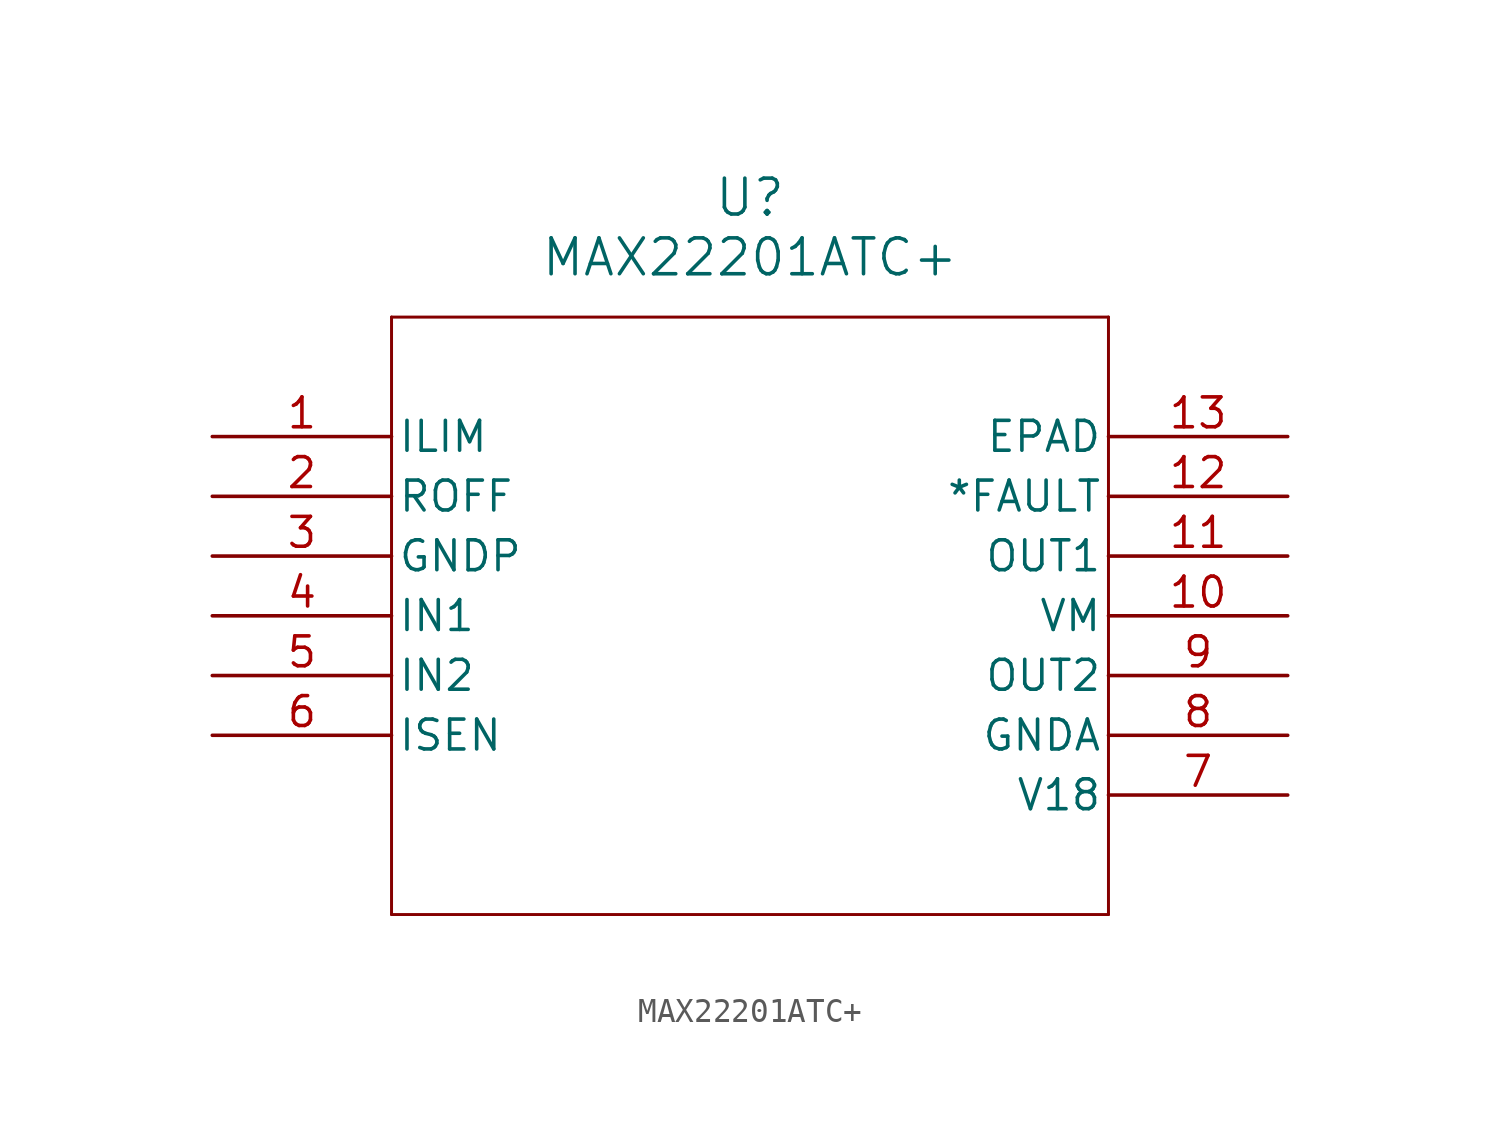
<source format=kicad_sym>
(kicad_symbol_lib
  (version 20211014)
  (generator kicad_symbol_editor)
  (symbol "MAX22201ATC+"
    (pin_names
      (offset 0.254))
    (property "Reference" "U"
      (at 22.86 10.16 0)
      (effects (font (size 1.524 1.524))))
    (property "Value" "MAX22201ATC+"
      (at 22.86 7.62 0)
      (effects (font (size 1.524 1.524))))
    (symbol "MAX22201ATC+_0_1"
      (polyline (pts (xy 7.62 5.08) (xy 7.62 -20.32)) (stroke (width 0.127) (type default) (color 0 0 0 0)) (fill (type none)))
      (polyline (pts (xy 7.62 -20.32) (xy 38.1 -20.32)) (stroke (width 0.127) (type default) (color 0 0 0 0)) (fill (type none)))
      (polyline (pts (xy 38.1 -20.32) (xy 38.1 5.08)) (stroke (width 0.127) (type default) (color 0 0 0 0)) (fill (type none)))
      (polyline (pts (xy 38.1 5.08) (xy 7.62 5.08)) (stroke (width 0.127) (type default) (color 0 0 0 0)) (fill (type none)))
      (pin input line (at 0 0 0) (length 7.62) (name "ILIM" (effects (font (size 1.27 1.27)))) (number "1" (effects (font (size 1.27 1.27)))))
      (pin input line (at 0 -2.54 0) (length 7.62) (name "ROFF" (effects (font (size 1.27 1.27)))) (number "2" (effects (font (size 1.27 1.27)))))
      (pin power_in line (at 0 -5.08 0) (length 7.62) (name "GNDP" (effects (font (size 1.27 1.27)))) (number "3" (effects (font (size 1.27 1.27)))))
      (pin input line (at 0 -7.62 0) (length 7.62) (name "IN1" (effects (font (size 1.27 1.27)))) (number "4" (effects (font (size 1.27 1.27)))))
      (pin input line (at 0 -10.16 0) (length 7.62) (name "IN2" (effects (font (size 1.27 1.27)))) (number "5" (effects (font (size 1.27 1.27)))))
      (pin output line (at 0 -12.7 0) (length 7.62) (name "ISEN" (effects (font (size 1.27 1.27)))) (number "6" (effects (font (size 1.27 1.27)))))
      (pin output line (at 45.72 -15.24 180) (length 7.62) (name "V18" (effects (font (size 1.27 1.27)))) (number "7" (effects (font (size 1.27 1.27)))))
      (pin power_in line (at 45.72 -12.7 180) (length 7.62) (name "GNDA" (effects (font (size 1.27 1.27)))) (number "8" (effects (font (size 1.27 1.27)))))
      (pin output line (at 45.72 -10.16 180) (length 7.62) (name "OUT2" (effects (font (size 1.27 1.27)))) (number "9" (effects (font (size 1.27 1.27)))))
      (pin input line (at 45.72 -7.62 180) (length 7.62) (name "VM" (effects (font (size 1.27 1.27)))) (number "10" (effects (font (size 1.27 1.27)))))
      (pin output line (at 45.72 -5.08 180) (length 7.62) (name "OUT1" (effects (font (size 1.27 1.27)))) (number "11" (effects (font (size 1.27 1.27)))))
      (pin output line (at 45.72 -2.54 180) (length 7.62) (name "*FAULT" (effects (font (size 1.27 1.27)))) (number "12" (effects (font (size 1.27 1.27)))))
      (pin power_in line (at 45.72 0 180) (length 7.62) (name "EPAD" (effects (font (size 1.27 1.27)))) (number "13" (effects (font (size 1.27 1.27))))))))
</source>
